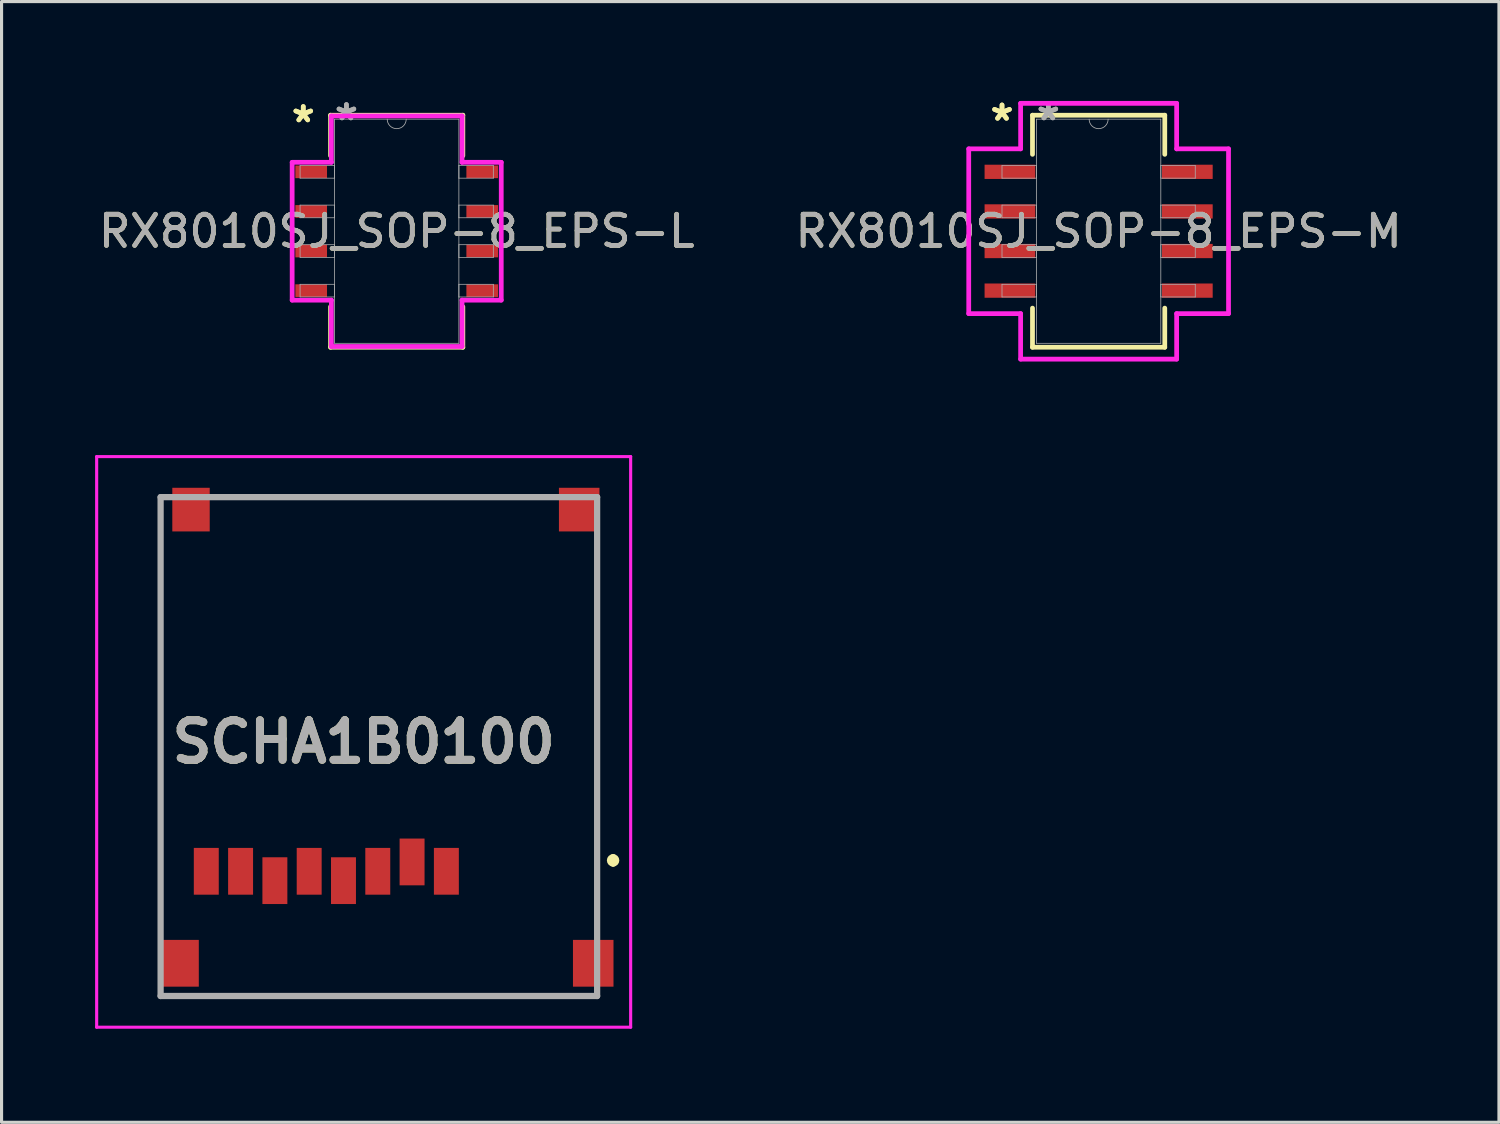
<source format=kicad_pcb>
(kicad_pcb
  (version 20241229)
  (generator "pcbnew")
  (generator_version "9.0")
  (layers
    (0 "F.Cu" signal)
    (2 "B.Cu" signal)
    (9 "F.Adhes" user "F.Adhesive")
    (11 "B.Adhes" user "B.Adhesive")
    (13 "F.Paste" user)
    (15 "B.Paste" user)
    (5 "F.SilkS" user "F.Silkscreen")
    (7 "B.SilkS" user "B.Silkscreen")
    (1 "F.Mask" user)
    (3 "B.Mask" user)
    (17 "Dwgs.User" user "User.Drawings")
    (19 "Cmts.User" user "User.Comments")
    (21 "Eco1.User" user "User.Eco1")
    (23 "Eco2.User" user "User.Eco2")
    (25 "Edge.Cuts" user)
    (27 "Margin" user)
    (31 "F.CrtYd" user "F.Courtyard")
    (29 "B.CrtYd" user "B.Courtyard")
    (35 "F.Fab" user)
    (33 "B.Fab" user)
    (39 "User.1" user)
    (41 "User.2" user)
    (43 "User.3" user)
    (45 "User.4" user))
  (footprint "SCHA1B0100"
    (layer "F.Cu")
    (at 8.613 20.744)
    (property "Reference" "SCHA1B0100" (at 0 0 0) (layer "F.SilkS") (effects (font (size 1.27 1.27) (thickness 0.254))))
    (attr smd)
    (fp_line (start -6.512 -6.35) (end -6.512 5.65) (stroke (width 0.1) (type solid)) (layer "F.SilkS"))
    (fp_line (start -4.512 -7.85) (end 5.488 -7.85) (stroke (width 0.1) (type solid)) (layer "F.SilkS"))
    (fp_line (start -4.512 8.15) (end 4.988 8.15) (stroke (width 0.1) (type solid)) (layer "F.SilkS"))
    (fp_line (start 7.488 -5.85) (end 7.488 5.65) (stroke (width 0.1) (type solid)) (layer "F.SilkS"))
    (fp_line (start 8 3.7) (end 8 3.7) (stroke (width 0.2) (type solid)) (layer "F.SilkS"))
    (fp_line (start 8 3.9) (end 8 3.9) (stroke (width 0.2) (type solid)) (layer "F.SilkS"))
    (fp_arc (start 8 3.7) (mid 8.1 3.8) (end 8 3.9) (stroke (width 0.2) (type solid)) (layer "F.SilkS"))
    (fp_arc (start 8 3.9) (mid 7.9 3.8) (end 8 3.7) (stroke (width 0.2) (type solid)) (layer "F.SilkS"))
    (fp_line (start -8.563 -9.15) (end 8.563 -9.15) (stroke (width 0.1) (type solid)) (layer "F.CrtYd"))
    (fp_line (start -8.563 9.15) (end -8.563 -9.15) (stroke (width 0.1) (type solid)) (layer "F.CrtYd"))
    (fp_line (start 8.563 -9.15) (end 8.563 9.15) (stroke (width 0.1) (type solid)) (layer "F.CrtYd"))
    (fp_line (start 8.563 9.15) (end -8.563 9.15) (stroke (width 0.1) (type solid)) (layer "F.CrtYd"))
    (fp_line (start -6.512 -7.85) (end 7.488 -7.85) (stroke (width 0.2) (type solid)) (layer "F.Fab"))
    (fp_line (start -6.512 8.15) (end -6.512 -7.85) (stroke (width 0.2) (type solid)) (layer "F.Fab"))
    (fp_line (start 7.488 -7.85) (end 7.488 8.15) (stroke (width 0.2) (type solid)) (layer "F.Fab"))
    (fp_line (start 7.488 8.15) (end -6.512 8.15) (stroke (width 0.2) (type solid)) (layer "F.Fab"))
    (fp_text user "${REFERENCE}" (at 0 0 0) (layer "F.Fab") (effects (font (size 1.27 1.27) (thickness 0.254))))
    (pad "1" smd rect (at 2.653 4.15) (size 0.8 1.5) (layers "F.Cu" "F.Mask" "F.Paste"))
    (pad "2" smd rect (at 1.553 3.85) (size 0.8 1.5) (layers "F.Cu" "F.Mask" "F.Paste"))
    (pad "3" smd rect (at 0.453 4.15) (size 0.8 1.5) (layers "F.Cu" "F.Mask" "F.Paste"))
    (pad "4" smd rect (at -0.647 4.45) (size 0.8 1.5) (layers "F.Cu" "F.Mask" "F.Paste"))
    (pad "5" smd rect (at -1.747 4.15) (size 0.8 1.5) (layers "F.Cu" "F.Mask" "F.Paste"))
    (pad "6" smd rect (at -2.847 4.45) (size 0.8 1.5) (layers "F.Cu" "F.Mask" "F.Paste"))
    (pad "7" smd rect (at -3.947 4.15) (size 0.8 1.5) (layers "F.Cu" "F.Mask" "F.Paste"))
    (pad "8" smd rect (at -5.047 4.15) (size 0.8 1.5) (layers "F.Cu" "F.Mask" "F.Paste"))
    (pad "MP1" smd rect (at 7.363 7.1) (size 1.3 1.5) (layers "F.Cu" "F.Mask" "F.Paste"))
    (pad "MP2" smd rect (at -5.937 7.1) (size 1.3 1.5) (layers "F.Cu" "F.Mask" "F.Paste"))
    (pad "MP3" smd rect (at 6.913 -7.45) (size 1.3 1.4) (layers "F.Cu" "F.Mask" "F.Paste"))
    (pad "MP4" smd rect (at -5.537 -7.45) (size 1.2 1.4) (layers "F.Cu" "F.Mask" "F.Paste")))
  (footprint "RX8010SJ_SOP-8_EPS-L"
    (layer "F.Cu")
    (at 9.673 4.366)
    (property "Reference" "RX8010SJ_SOP-8_EPS-L" (at 0 0 0) (unlocked yes) (layer "F.SilkS") (effects (font (size 1 1) (thickness 0.15))))
    (attr smd)
    (fp_line (start -2.121 -3.721) (end -2.121 -2.421) (stroke (width 0.152) (type solid)) (layer "F.SilkS"))
    (fp_line (start -2.121 2.421) (end -2.121 3.721) (stroke (width 0.152) (type solid)) (layer "F.SilkS"))
    (fp_line (start -2.121 3.721) (end 2.121 3.721) (stroke (width 0.152) (type solid)) (layer "F.SilkS"))
    (fp_line (start 2.121 -3.721) (end -2.121 -3.721) (stroke (width 0.152) (type solid)) (layer "F.SilkS"))
    (fp_line (start 2.121 -2.421) (end 2.121 -3.721) (stroke (width 0.152) (type solid)) (layer "F.SilkS"))
    (fp_line (start 2.121 3.721) (end 2.121 2.421) (stroke (width 0.152) (type solid)) (layer "F.SilkS"))
    (fp_line (start -3.353 -2.21) (end -2.095 -2.21) (stroke (width 0.152) (type solid)) (layer "F.CrtYd"))
    (fp_line (start -3.353 2.21) (end -3.353 -2.21) (stroke (width 0.152) (type solid)) (layer "F.CrtYd"))
    (fp_line (start -3.353 2.21) (end -2.095 2.21) (stroke (width 0.152) (type solid)) (layer "F.CrtYd"))
    (fp_line (start -2.095 -3.696) (end 2.095 -3.696) (stroke (width 0.152) (type solid)) (layer "F.CrtYd"))
    (fp_line (start -2.095 -2.21) (end -2.095 -3.696) (stroke (width 0.152) (type solid)) (layer "F.CrtYd"))
    (fp_line (start -2.095 3.696) (end -2.095 2.21) (stroke (width 0.152) (type solid)) (layer "F.CrtYd"))
    (fp_line (start 2.095 -3.696) (end 2.095 -2.21) (stroke (width 0.152) (type solid)) (layer "F.CrtYd"))
    (fp_line (start 2.095 2.21) (end 2.095 3.696) (stroke (width 0.152) (type solid)) (layer "F.CrtYd"))
    (fp_line (start 2.095 3.696) (end -2.095 3.696) (stroke (width 0.152) (type solid)) (layer "F.CrtYd"))
    (fp_line (start 3.353 -2.21) (end 2.095 -2.21) (stroke (width 0.152) (type solid)) (layer "F.CrtYd"))
    (fp_line (start 3.353 -2.21) (end 3.353 2.21) (stroke (width 0.152) (type solid)) (layer "F.CrtYd"))
    (fp_line (start 3.353 2.21) (end 2.095 2.21) (stroke (width 0.152) (type solid)) (layer "F.CrtYd"))
    (fp_line (start -3.099 -2.108) (end -3.099 -1.702) (stroke (width 0.025) (type solid)) (layer "F.Fab"))
    (fp_line (start -3.099 -1.702) (end -1.994 -1.702) (stroke (width 0.025) (type solid)) (layer "F.Fab"))
    (fp_line (start -3.099 -0.838) (end -3.099 -0.432) (stroke (width 0.025) (type solid)) (layer "F.Fab"))
    (fp_line (start -3.099 -0.432) (end -1.994 -0.432) (stroke (width 0.025) (type solid)) (layer "F.Fab"))
    (fp_line (start -3.099 0.432) (end -3.099 0.838) (stroke (width 0.025) (type solid)) (layer "F.Fab"))
    (fp_line (start -3.099 0.838) (end -1.994 0.838) (stroke (width 0.025) (type solid)) (layer "F.Fab"))
    (fp_line (start -3.099 1.702) (end -3.099 2.108) (stroke (width 0.025) (type solid)) (layer "F.Fab"))
    (fp_line (start -3.099 2.108) (end -1.994 2.108) (stroke (width 0.025) (type solid)) (layer "F.Fab"))
    (fp_line (start -1.994 -3.594) (end -1.994 3.594) (stroke (width 0.025) (type solid)) (layer "F.Fab"))
    (fp_line (start -1.994 -2.108) (end -3.099 -2.108) (stroke (width 0.025) (type solid)) (layer "F.Fab"))
    (fp_line (start -1.994 -1.702) (end -1.994 -2.108) (stroke (width 0.025) (type solid)) (layer "F.Fab"))
    (fp_line (start -1.994 -0.838) (end -3.099 -0.838) (stroke (width 0.025) (type solid)) (layer "F.Fab"))
    (fp_line (start -1.994 -0.432) (end -1.994 -0.838) (stroke (width 0.025) (type solid)) (layer "F.Fab"))
    (fp_line (start -1.994 0.432) (end -3.099 0.432) (stroke (width 0.025) (type solid)) (layer "F.Fab"))
    (fp_line (start -1.994 0.838) (end -1.994 0.432) (stroke (width 0.025) (type solid)) (layer "F.Fab"))
    (fp_line (start -1.994 1.702) (end -3.099 1.702) (stroke (width 0.025) (type solid)) (layer "F.Fab"))
    (fp_line (start -1.994 2.108) (end -1.994 1.702) (stroke (width 0.025) (type solid)) (layer "F.Fab"))
    (fp_line (start -1.994 3.594) (end 1.994 3.594) (stroke (width 0.025) (type solid)) (layer "F.Fab"))
    (fp_line (start 1.994 -3.594) (end -1.994 -3.594) (stroke (width 0.025) (type solid)) (layer "F.Fab"))
    (fp_line (start 1.994 -2.108) (end 1.994 -1.702) (stroke (width 0.025) (type solid)) (layer "F.Fab"))
    (fp_line (start 1.994 -1.702) (end 3.099 -1.702) (stroke (width 0.025) (type solid)) (layer "F.Fab"))
    (fp_line (start 1.994 -0.838) (end 1.994 -0.432) (stroke (width 0.025) (type solid)) (layer "F.Fab"))
    (fp_line (start 1.994 -0.432) (end 3.099 -0.432) (stroke (width 0.025) (type solid)) (layer "F.Fab"))
    (fp_line (start 1.994 0.432) (end 1.994 0.838) (stroke (width 0.025) (type solid)) (layer "F.Fab"))
    (fp_line (start 1.994 0.838) (end 3.099 0.838) (stroke (width 0.025) (type solid)) (layer "F.Fab"))
    (fp_line (start 1.994 1.702) (end 1.994 2.108) (stroke (width 0.025) (type solid)) (layer "F.Fab"))
    (fp_line (start 1.994 2.108) (end 3.099 2.108) (stroke (width 0.025) (type solid)) (layer "F.Fab"))
    (fp_line (start 1.994 3.594) (end 1.994 -3.594) (stroke (width 0.025) (type solid)) (layer "F.Fab"))
    (fp_line (start 3.099 -2.108) (end 1.994 -2.108) (stroke (width 0.025) (type solid)) (layer "F.Fab"))
    (fp_line (start 3.099 -1.702) (end 3.099 -2.108) (stroke (width 0.025) (type solid)) (layer "F.Fab"))
    (fp_line (start 3.099 -0.838) (end 1.994 -0.838) (stroke (width 0.025) (type solid)) (layer "F.Fab"))
    (fp_line (start 3.099 -0.432) (end 3.099 -0.838) (stroke (width 0.025) (type solid)) (layer "F.Fab"))
    (fp_line (start 3.099 0.432) (end 1.994 0.432) (stroke (width 0.025) (type solid)) (layer "F.Fab"))
    (fp_line (start 3.099 0.838) (end 3.099 0.432) (stroke (width 0.025) (type solid)) (layer "F.Fab"))
    (fp_line (start 3.099 1.702) (end 1.994 1.702) (stroke (width 0.025) (type solid)) (layer "F.Fab"))
    (fp_line (start 3.099 2.108) (end 3.099 1.702) (stroke (width 0.025) (type solid)) (layer "F.Fab"))
    (fp_arc (start 0.3048 -3.5941) (mid 0 -3.2893) (end -0.3048 -3.5941) (stroke (width 0.0254) (type solid)) (layer "F.Fab"))
    (fp_text user "*" (at -2.997 -3.454 0) (layer "F.SilkS") (effects (font (size 1 1) (thickness 0.15))))
    (fp_text user "*" (at -2.997 -3.454 0) (unlocked yes) (layer "F.SilkS") (effects (font (size 1 1) (thickness 0.15))))
    (fp_text user "${REFERENCE}" (at 0 0 0) (unlocked yes) (layer "F.Fab") (effects (font (size 1 1) (thickness 0.15))))
    (fp_text user "*" (at -1.613 -3.518 0) (unlocked yes) (layer "F.Fab") (effects (font (size 1 1) (thickness 0.15))))
    (fp_text user "*" (at -1.613 -3.518 0) (layer "F.Fab") (effects (font (size 1 1) (thickness 0.15))))
    (pad "1" smd rect (at -2.743 -1.905) (size 1.016 0.406) (layers "F.Cu" "F.Mask" "F.Paste"))
    (pad "2" smd rect (at -2.743 -0.635) (size 1.016 0.406) (layers "F.Cu" "F.Mask" "F.Paste"))
    (pad "3" smd rect (at -2.743 0.635) (size 1.016 0.406) (layers "F.Cu" "F.Mask" "F.Paste"))
    (pad "4" smd rect (at -2.743 1.905) (size 1.016 0.406) (layers "F.Cu" "F.Mask" "F.Paste"))
    (pad "5" smd rect (at 2.743 1.905) (size 1.016 0.406) (layers "F.Cu" "F.Mask" "F.Paste"))
    (pad "6" smd rect (at 2.743 0.635) (size 1.016 0.406) (layers "F.Cu" "F.Mask" "F.Paste"))
    (pad "7" smd rect (at 2.743 -0.635) (size 1.016 0.406) (layers "F.Cu" "F.Mask" "F.Paste"))
    (pad "8" smd rect (at 2.743 -1.905) (size 1.016 0.406) (layers "F.Cu" "F.Mask" "F.Paste")))
  (footprint "RX8010SJ_SOP-8_EPS-M"
    (layer "F.Cu")
    (at 32.185 4.366)
    (property "Reference" "RX8010SJ_SOP-8_EPS-M" (at 0 0 0) (unlocked yes) (layer "F.SilkS") (effects (font (size 1 1) (thickness 0.15))))
    (attr smd)
    (fp_line (start -2.121 -3.721) (end -2.121 -2.466) (stroke (width 0.152) (type solid)) (layer "F.SilkS"))
    (fp_line (start -2.121 2.466) (end -2.121 3.721) (stroke (width 0.152) (type solid)) (layer "F.SilkS"))
    (fp_line (start -2.121 3.721) (end 2.121 3.721) (stroke (width 0.152) (type solid)) (layer "F.SilkS"))
    (fp_line (start 2.121 -3.721) (end -2.121 -3.721) (stroke (width 0.152) (type solid)) (layer "F.SilkS"))
    (fp_line (start 2.121 -2.466) (end 2.121 -3.721) (stroke (width 0.152) (type solid)) (layer "F.SilkS"))
    (fp_line (start 2.121 3.721) (end 2.121 2.466) (stroke (width 0.152) (type solid)) (layer "F.SilkS"))
    (fp_line (start -4.166 -2.642) (end -2.502 -2.642) (stroke (width 0.152) (type solid)) (layer "F.CrtYd"))
    (fp_line (start -4.166 2.642) (end -4.166 -2.642) (stroke (width 0.152) (type solid)) (layer "F.CrtYd"))
    (fp_line (start -4.166 2.642) (end -2.502 2.642) (stroke (width 0.152) (type solid)) (layer "F.CrtYd"))
    (fp_line (start -2.502 -4.102) (end 2.502 -4.102) (stroke (width 0.152) (type solid)) (layer "F.CrtYd"))
    (fp_line (start -2.502 -2.642) (end -2.502 -4.102) (stroke (width 0.152) (type solid)) (layer "F.CrtYd"))
    (fp_line (start -2.502 4.102) (end -2.502 2.642) (stroke (width 0.152) (type solid)) (layer "F.CrtYd"))
    (fp_line (start 2.502 -4.102) (end 2.502 -2.642) (stroke (width 0.152) (type solid)) (layer "F.CrtYd"))
    (fp_line (start 2.502 2.642) (end 2.502 4.102) (stroke (width 0.152) (type solid)) (layer "F.CrtYd"))
    (fp_line (start 2.502 4.102) (end -2.502 4.102) (stroke (width 0.152) (type solid)) (layer "F.CrtYd"))
    (fp_line (start 4.166 -2.642) (end 2.502 -2.642) (stroke (width 0.152) (type solid)) (layer "F.CrtYd"))
    (fp_line (start 4.166 -2.642) (end 4.166 2.642) (stroke (width 0.152) (type solid)) (layer "F.CrtYd"))
    (fp_line (start 4.166 2.642) (end 2.502 2.642) (stroke (width 0.152) (type solid)) (layer "F.CrtYd"))
    (fp_line (start -3.099 -2.108) (end -3.099 -1.702) (stroke (width 0.025) (type solid)) (layer "F.Fab"))
    (fp_line (start -3.099 -1.702) (end -1.994 -1.702) (stroke (width 0.025) (type solid)) (layer "F.Fab"))
    (fp_line (start -3.099 -0.838) (end -3.099 -0.432) (stroke (width 0.025) (type solid)) (layer "F.Fab"))
    (fp_line (start -3.099 -0.432) (end -1.994 -0.432) (stroke (width 0.025) (type solid)) (layer "F.Fab"))
    (fp_line (start -3.099 0.432) (end -3.099 0.838) (stroke (width 0.025) (type solid)) (layer "F.Fab"))
    (fp_line (start -3.099 0.838) (end -1.994 0.838) (stroke (width 0.025) (type solid)) (layer "F.Fab"))
    (fp_line (start -3.099 1.702) (end -3.099 2.108) (stroke (width 0.025) (type solid)) (layer "F.Fab"))
    (fp_line (start -3.099 2.108) (end -1.994 2.108) (stroke (width 0.025) (type solid)) (layer "F.Fab"))
    (fp_line (start -1.994 -3.594) (end -1.994 3.594) (stroke (width 0.025) (type solid)) (layer "F.Fab"))
    (fp_line (start -1.994 -2.108) (end -3.099 -2.108) (stroke (width 0.025) (type solid)) (layer "F.Fab"))
    (fp_line (start -1.994 -1.702) (end -1.994 -2.108) (stroke (width 0.025) (type solid)) (layer "F.Fab"))
    (fp_line (start -1.994 -0.838) (end -3.099 -0.838) (stroke (width 0.025) (type solid)) (layer "F.Fab"))
    (fp_line (start -1.994 -0.432) (end -1.994 -0.838) (stroke (width 0.025) (type solid)) (layer "F.Fab"))
    (fp_line (start -1.994 0.432) (end -3.099 0.432) (stroke (width 0.025) (type solid)) (layer "F.Fab"))
    (fp_line (start -1.994 0.838) (end -1.994 0.432) (stroke (width 0.025) (type solid)) (layer "F.Fab"))
    (fp_line (start -1.994 1.702) (end -3.099 1.702) (stroke (width 0.025) (type solid)) (layer "F.Fab"))
    (fp_line (start -1.994 2.108) (end -1.994 1.702) (stroke (width 0.025) (type solid)) (layer "F.Fab"))
    (fp_line (start -1.994 3.594) (end 1.994 3.594) (stroke (width 0.025) (type solid)) (layer "F.Fab"))
    (fp_line (start 1.994 -3.594) (end -1.994 -3.594) (stroke (width 0.025) (type solid)) (layer "F.Fab"))
    (fp_line (start 1.994 -2.108) (end 1.994 -1.702) (stroke (width 0.025) (type solid)) (layer "F.Fab"))
    (fp_line (start 1.994 -1.702) (end 3.099 -1.702) (stroke (width 0.025) (type solid)) (layer "F.Fab"))
    (fp_line (start 1.994 -0.838) (end 1.994 -0.432) (stroke (width 0.025) (type solid)) (layer "F.Fab"))
    (fp_line (start 1.994 -0.432) (end 3.099 -0.432) (stroke (width 0.025) (type solid)) (layer "F.Fab"))
    (fp_line (start 1.994 0.432) (end 1.994 0.838) (stroke (width 0.025) (type solid)) (layer "F.Fab"))
    (fp_line (start 1.994 0.838) (end 3.099 0.838) (stroke (width 0.025) (type solid)) (layer "F.Fab"))
    (fp_line (start 1.994 1.702) (end 1.994 2.108) (stroke (width 0.025) (type solid)) (layer "F.Fab"))
    (fp_line (start 1.994 2.108) (end 3.099 2.108) (stroke (width 0.025) (type solid)) (layer "F.Fab"))
    (fp_line (start 1.994 3.594) (end 1.994 -3.594) (stroke (width 0.025) (type solid)) (layer "F.Fab"))
    (fp_line (start 3.099 -2.108) (end 1.994 -2.108) (stroke (width 0.025) (type solid)) (layer "F.Fab"))
    (fp_line (start 3.099 -1.702) (end 3.099 -2.108) (stroke (width 0.025) (type solid)) (layer "F.Fab"))
    (fp_line (start 3.099 -0.838) (end 1.994 -0.838) (stroke (width 0.025) (type solid)) (layer "F.Fab"))
    (fp_line (start 3.099 -0.432) (end 3.099 -0.838) (stroke (width 0.025) (type solid)) (layer "F.Fab"))
    (fp_line (start 3.099 0.432) (end 1.994 0.432) (stroke (width 0.025) (type solid)) (layer "F.Fab"))
    (fp_line (start 3.099 0.838) (end 3.099 0.432) (stroke (width 0.025) (type solid)) (layer "F.Fab"))
    (fp_line (start 3.099 1.702) (end 1.994 1.702) (stroke (width 0.025) (type solid)) (layer "F.Fab"))
    (fp_line (start 3.099 2.108) (end 3.099 1.702) (stroke (width 0.025) (type solid)) (layer "F.Fab"))
    (fp_arc (start 0.3048 -3.5941) (mid 0 -3.2893) (end -0.3048 -3.5941) (stroke (width 0.0254) (type solid)) (layer "F.Fab"))
    (fp_text user "*" (at -3.099 -3.505 0) (unlocked yes) (layer "F.SilkS") (effects (font (size 1 1) (thickness 0.15))))
    (fp_text user "*" (at -3.099 -3.505 0) (layer "F.SilkS") (effects (font (size 1 1) (thickness 0.15))))
    (fp_text user "*" (at -1.613 -3.518 0) (unlocked yes) (layer "F.Fab") (effects (font (size 1 1) (thickness 0.15))))
    (fp_text user "${REFERENCE}" (at 0 0 0) (unlocked yes) (layer "F.Fab") (effects (font (size 1 1) (thickness 0.15))))
    (fp_text user "*" (at -1.613 -3.518 0) (layer "F.Fab") (effects (font (size 1 1) (thickness 0.15))))
    (pad "1" smd rect (at -2.845 -1.905) (size 1.626 0.457) (layers "F.Cu" "F.Mask" "F.Paste"))
    (pad "2" smd rect (at -2.845 -0.635) (size 1.626 0.457) (layers "F.Cu" "F.Mask" "F.Paste"))
    (pad "3" smd rect (at -2.845 0.635) (size 1.626 0.457) (layers "F.Cu" "F.Mask" "F.Paste"))
    (pad "4" smd rect (at -2.845 1.905) (size 1.626 0.457) (layers "F.Cu" "F.Mask" "F.Paste"))
    (pad "5" smd rect (at 2.845 1.905) (size 1.626 0.457) (layers "F.Cu" "F.Mask" "F.Paste"))
    (pad "6" smd rect (at 2.845 0.635) (size 1.626 0.457) (layers "F.Cu" "F.Mask" "F.Paste"))
    (pad "7" smd rect (at 2.845 -0.635) (size 1.626 0.457) (layers "F.Cu" "F.Mask" "F.Paste"))
    (pad "8" smd rect (at 2.845 -1.905) (size 1.626 0.457) (layers "F.Cu" "F.Mask" "F.Paste")))
  (gr_rect
    (start -3 -3)
    (end 45.024 32.944)
    (stroke (width 0.1) (type default))
    (fill no)
    (layer "Edge.Cuts")))
</source>
